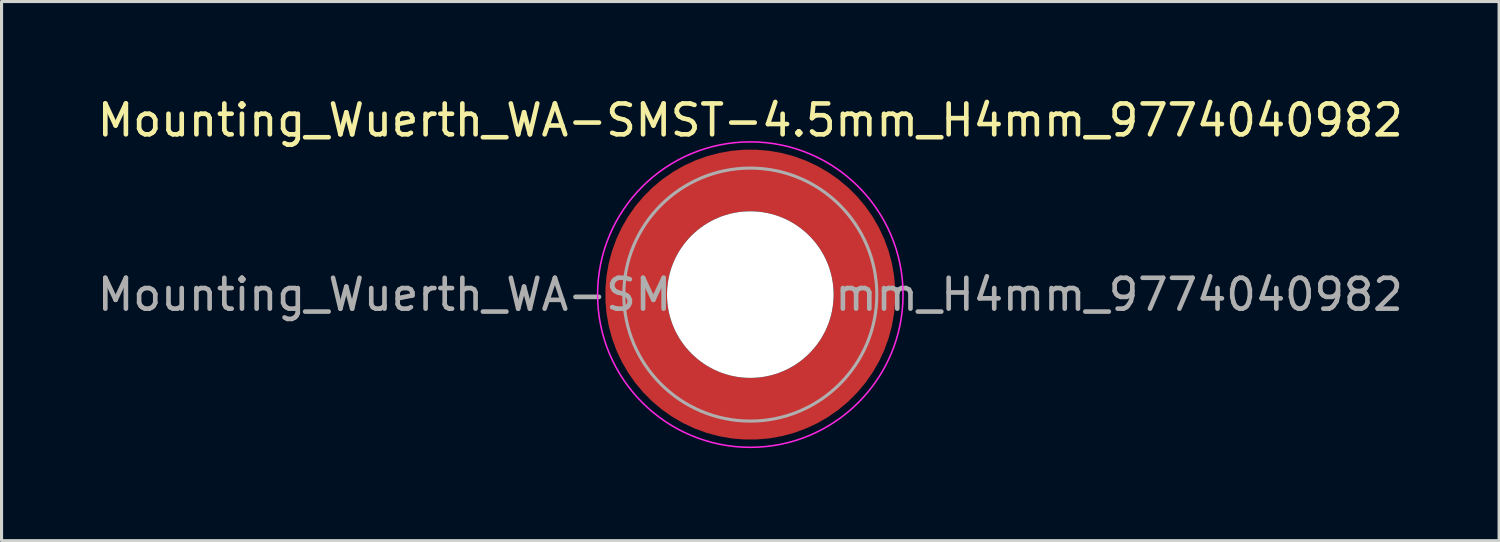
<source format=kicad_pcb>
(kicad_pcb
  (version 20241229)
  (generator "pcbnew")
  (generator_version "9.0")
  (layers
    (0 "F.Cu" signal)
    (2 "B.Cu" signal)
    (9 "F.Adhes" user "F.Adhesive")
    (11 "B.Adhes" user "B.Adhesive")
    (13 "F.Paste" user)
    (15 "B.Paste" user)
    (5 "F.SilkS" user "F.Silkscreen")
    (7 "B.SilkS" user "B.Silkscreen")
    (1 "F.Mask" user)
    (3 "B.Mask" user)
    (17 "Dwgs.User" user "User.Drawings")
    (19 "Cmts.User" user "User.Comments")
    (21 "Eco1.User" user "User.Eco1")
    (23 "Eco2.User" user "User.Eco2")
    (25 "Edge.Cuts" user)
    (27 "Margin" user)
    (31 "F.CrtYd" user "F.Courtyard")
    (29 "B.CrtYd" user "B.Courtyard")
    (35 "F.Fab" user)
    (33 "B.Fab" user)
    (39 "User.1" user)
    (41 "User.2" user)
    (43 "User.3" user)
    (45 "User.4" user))
  (footprint "Mounting_Wuerth_WA-SMST-4.5mm_H4mm_9774040982"
    (layer "F.Cu")
    (at 21.268 6.498)
    (property "Reference" "Mounting_Wuerth_WA-SMST-4.5mm_H4mm_9774040982" (at 0 -5.65 0) (layer "F.SilkS") (effects (font (size 1 1) (thickness 0.15))))
    (attr smd)
    (fp_circle (center 0 0) (end 4.95 0) (stroke (width 0.05) (type solid)) (fill no) (layer "F.CrtYd"))
    (fp_circle (center 0 0) (end 4.1 0) (stroke (width 0.1) (type solid)) (fill no) (layer "F.Fab"))
    (fp_text user "${REFERENCE}" (at 0 0 0) (layer "F.Fab") (effects (font (size 1 1) (thickness 0.15))))
    (pad "" smd custom (at -2.607 -2.607) (size 1.495 1.495) (layers "F.Paste") (options (anchor circle)) (primitives (gr_arc (start -0.188183 2.107456) (mid 0.599273 0.599273) (end 2.107456 -0.188183) (width 0.2)) (gr_arc (start -0.289416 2.107456) (mid 0.52877 0.52877) (end 2.107456 -0.289416) (width 0.2)) (gr_arc (start -0.390547 2.107456) (mid 0.458268 0.458268) (end 2.107456 -0.390547) (width 0.2)) (gr_arc (start -0.491585 2.107456) (mid 0.387765 0.387765) (end 2.107456 -0.491585) (width 0.2)) (gr_arc (start -0.59254 2.107456) (mid 0.317262 0.317262) (end 2.107456 -0.59254) (width 0.2)) (gr_arc (start -0.693419 2.107456) (mid 0.24676 0.24676) (end 2.107456 -0.693419) (width 0.2)) (gr_arc (start -0.794229 2.107456) (mid 0.176257 0.176257) (end 2.107456 -0.794229) (width 0.2)) (gr_arc (start -0.894975 2.107456) (mid 0.105754 0.105754) (end 2.107456 -0.894975) (width 0.2)) (gr_arc (start -0.995664 2.107456) (mid 0.035251 0.035251) (end 2.107456 -0.995664) (width 0.2)) (gr_arc (start -1.0963 2.107456) (mid -0.035252 -0.035252) (end 2.107456 -1.0963) (width 0.2)) (gr_arc (start -1.196886 2.107456) (mid -0.105754 -0.105754) (end 2.107456 -1.196886) (width 0.2)) (gr_arc (start -1.297427 2.107456) (mid -0.176257 -0.176257) (end 2.107456 -1.297427) (width 0.2)) (gr_arc (start -1.397927 2.107456) (mid -0.24676 -0.24676) (end 2.107456 -1.397927) (width 0.2)) (gr_arc (start -1.498388 2.107456) (mid -0.317262 -0.317262) (end 2.107456 -1.498388) (width 0.2)) (gr_arc (start -1.598813 2.107456) (mid -0.387765 -0.387765) (end 2.107456 -1.598813) (width 0.2)) (gr_arc (start -1.699204 2.107456) (mid -0.458267 -0.458267) (end 2.107456 -1.699204) (width 0.2)) (gr_arc (start -1.799565 2.107456) (mid -0.528771 -0.528771) (end 2.107456 -1.799565) (width 0.2)) (gr_arc (start -1.899896 2.107456) (mid -0.599273 -0.599273) (end 2.107456 -1.899896) (width 0.2)) (gr_arc (start -1.899896 2.107456) (mid -0.599273 -0.599273) (end 2.107456 -1.899896) (width 0.2)) (gr_line (start 2.107 -0.188) (end 2.107 -1.9) (width 0.2)) (gr_line (start -0.188 2.107) (end -1.9 2.107) (width 0.2))))
    (pad "" smd custom (at -2.607 2.607) (size 1.495 1.495) (layers "F.Paste") (options (anchor circle)) (primitives (gr_arc (start 2.107456 0.188183) (mid 0.599273 -0.599273) (end -0.188183 -2.107456) (width 0.2)) (gr_arc (start 2.107456 0.289416) (mid 0.52877 -0.52877) (end -0.289416 -2.107456) (width 0.2)) (gr_arc (start 2.107456 0.390547) (mid 0.458268 -0.458268) (end -0.390547 -2.107456) (width 0.2)) (gr_arc (start 2.107456 0.491585) (mid 0.387765 -0.387765) (end -0.491585 -2.107456) (width 0.2)) (gr_arc (start 2.107456 0.59254) (mid 0.317262 -0.317262) (end -0.59254 -2.107456) (width 0.2)) (gr_arc (start 2.107456 0.693419) (mid 0.24676 -0.24676) (end -0.693419 -2.107456) (width 0.2)) (gr_arc (start 2.107456 0.794229) (mid 0.176257 -0.176257) (end -0.794229 -2.107456) (width 0.2)) (gr_arc (start 2.107456 0.894975) (mid 0.105754 -0.105754) (end -0.894975 -2.107456) (width 0.2)) (gr_arc (start 2.107456 0.995664) (mid 0.035251 -0.035251) (end -0.995664 -2.107456) (width 0.2)) (gr_arc (start 2.107456 1.0963) (mid -0.035252 0.035252) (end -1.0963 -2.107456) (width 0.2)) (gr_arc (start 2.107456 1.196886) (mid -0.105754 0.105754) (end -1.196886 -2.107456) (width 0.2)) (gr_arc (start 2.107456 1.297427) (mid -0.176257 0.176257) (end -1.297427 -2.107456) (width 0.2)) (gr_arc (start 2.107456 1.397927) (mid -0.24676 0.24676) (end -1.397927 -2.107456) (width 0.2)) (gr_arc (start 2.107456 1.498388) (mid -0.317262 0.317262) (end -1.498388 -2.107456) (width 0.2)) (gr_arc (start 2.107456 1.598813) (mid -0.387765 0.387765) (end -1.598813 -2.107456) (width 0.2)) (gr_arc (start 2.107456 1.699204) (mid -0.458267 0.458267) (end -1.699204 -2.107456) (width 0.2)) (gr_arc (start 2.107456 1.799565) (mid -0.528771 0.528771) (end -1.799565 -2.107456) (width 0.2)) (gr_arc (start 2.107456 1.899896) (mid -0.599273 0.599273) (end -1.899896 -2.107456) (width 0.2)) (gr_arc (start 2.107456 1.899896) (mid -0.599273 0.599273) (end -1.899896 -2.107456) (width 0.2)) (gr_line (start -0.188 -2.107) (end -1.9 -2.107) (width 0.2)) (gr_line (start 2.107 0.188) (end 2.107 1.9) (width 0.2))))
    (pad "" np_thru_hole circle (at 0 0) (size 5.4 5.4) (drill 5.4) (layers "*.Cu" "*.Mask"))
    (pad "" smd custom (at 2.607 -2.607) (size 1.495 1.495) (layers "F.Paste") (options (anchor circle)) (primitives (gr_arc (start -2.107456 -0.188183) (mid -0.599273 0.599273) (end 0.188183 2.107456) (width 0.2)) (gr_arc (start -2.107456 -0.289416) (mid -0.52877 0.52877) (end 0.289416 2.107456) (width 0.2)) (gr_arc (start -2.107456 -0.390547) (mid -0.458268 0.458268) (end 0.390547 2.107456) (width 0.2)) (gr_arc (start -2.107456 -0.491585) (mid -0.387765 0.387765) (end 0.491585 2.107456) (width 0.2)) (gr_arc (start -2.107456 -0.59254) (mid -0.317262 0.317262) (end 0.59254 2.107456) (width 0.2)) (gr_arc (start -2.107456 -0.693419) (mid -0.24676 0.24676) (end 0.693419 2.107456) (width 0.2)) (gr_arc (start -2.107456 -0.794229) (mid -0.176257 0.176257) (end 0.794229 2.107456) (width 0.2)) (gr_arc (start -2.107456 -0.894975) (mid -0.105754 0.105754) (end 0.894975 2.107456) (width 0.2)) (gr_arc (start -2.107456 -0.995664) (mid -0.035251 0.035251) (end 0.995664 2.107456) (width 0.2)) (gr_arc (start -2.107456 -1.0963) (mid 0.035252 -0.035252) (end 1.0963 2.107456) (width 0.2)) (gr_arc (start -2.107456 -1.196886) (mid 0.105754 -0.105754) (end 1.196886 2.107456) (width 0.2)) (gr_arc (start -2.107456 -1.297427) (mid 0.176257 -0.176257) (end 1.297427 2.107456) (width 0.2)) (gr_arc (start -2.107456 -1.397927) (mid 0.24676 -0.24676) (end 1.397927 2.107456) (width 0.2)) (gr_arc (start -2.107456 -1.498388) (mid 0.317262 -0.317262) (end 1.498388 2.107456) (width 0.2)) (gr_arc (start -2.107456 -1.598813) (mid 0.387765 -0.387765) (end 1.598813 2.107456) (width 0.2)) (gr_arc (start -2.107456 -1.699204) (mid 0.458267 -0.458267) (end 1.699204 2.107456) (width 0.2)) (gr_arc (start -2.107456 -1.799565) (mid 0.528771 -0.528771) (end 1.799565 2.107456) (width 0.2)) (gr_arc (start -2.107456 -1.899896) (mid 0.599273 -0.599273) (end 1.899896 2.107456) (width 0.2)) (gr_arc (start -2.107456 -1.899896) (mid 0.599273 -0.599273) (end 1.899896 2.107456) (width 0.2)) (gr_line (start 0.188 2.107) (end 1.9 2.107) (width 0.2)) (gr_line (start -2.107 -0.188) (end -2.107 -1.9) (width 0.2))))
    (pad "" smd custom (at 2.607 2.607) (size 1.495 1.495) (layers "F.Paste") (options (anchor circle)) (primitives (gr_arc (start 0.188183 -2.107456) (mid -0.599273 -0.599273) (end -2.107456 0.188183) (width 0.2)) (gr_arc (start 0.289416 -2.107456) (mid -0.52877 -0.52877) (end -2.107456 0.289416) (width 0.2)) (gr_arc (start 0.390547 -2.107456) (mid -0.458268 -0.458268) (end -2.107456 0.390547) (width 0.2)) (gr_arc (start 0.491585 -2.107456) (mid -0.387765 -0.387765) (end -2.107456 0.491585) (width 0.2)) (gr_arc (start 0.59254 -2.107456) (mid -0.317262 -0.317262) (end -2.107456 0.59254) (width 0.2)) (gr_arc (start 0.693419 -2.107456) (mid -0.24676 -0.24676) (end -2.107456 0.693419) (width 0.2)) (gr_arc (start 0.794229 -2.107456) (mid -0.176257 -0.176257) (end -2.107456 0.794229) (width 0.2)) (gr_arc (start 0.894975 -2.107456) (mid -0.105754 -0.105754) (end -2.107456 0.894975) (width 0.2)) (gr_arc (start 0.995664 -2.107456) (mid -0.035251 -0.035251) (end -2.107456 0.995664) (width 0.2)) (gr_arc (start 1.0963 -2.107456) (mid 0.035252 0.035252) (end -2.107456 1.0963) (width 0.2)) (gr_arc (start 1.196886 -2.107456) (mid 0.105754 0.105754) (end -2.107456 1.196886) (width 0.2)) (gr_arc (start 1.297427 -2.107456) (mid 0.176257 0.176257) (end -2.107456 1.297427) (width 0.2)) (gr_arc (start 1.397927 -2.107456) (mid 0.24676 0.24676) (end -2.107456 1.397927) (width 0.2)) (gr_arc (start 1.498388 -2.107456) (mid 0.317262 0.317262) (end -2.107456 1.498388) (width 0.2)) (gr_arc (start 1.598813 -2.107456) (mid 0.387765 0.387765) (end -2.107456 1.598813) (width 0.2)) (gr_arc (start 1.699204 -2.107456) (mid 0.458267 0.458267) (end -2.107456 1.699204) (width 0.2)) (gr_arc (start 1.799565 -2.107456) (mid 0.528771 0.528771) (end -2.107456 1.799565) (width 0.2)) (gr_arc (start 1.899896 -2.107456) (mid 0.599273 0.599273) (end -2.107456 1.899896) (width 0.2)) (gr_arc (start 1.899896 -2.107456) (mid 0.599273 0.599273) (end -2.107456 1.899896) (width 0.2)) (gr_line (start -2.107 0.188) (end -2.107 1.9) (width 0.2)) (gr_line (start 0.188 -2.107) (end 1.9 -2.107) (width 0.2))))
    (pad "1" smd circle (at -3.7 0) (size 1.6 1.6) (layers "F.Cu"))
    (pad "1" smd circle (at 0 -3.7) (size 1.6 1.6) (layers "F.Cu"))
    (pad "1" smd circle (at 0 3.7) (size 1.6 1.6) (layers "F.Cu"))
    (pad "1" smd custom (at 3.7 0) (size 1.6 1.6) (layers "F.Cu" "F.Mask") (options (anchor circle)) (primitives (gr_circle (center -3.7 0) (end 0 0) (width 2) (fill no)))))
  (gr_rect
    (start -3 -3)
    (end 45.536 14.473)
    (stroke (width 0.1) (type default))
    (fill no)
    (layer "Edge.Cuts")))
</source>
